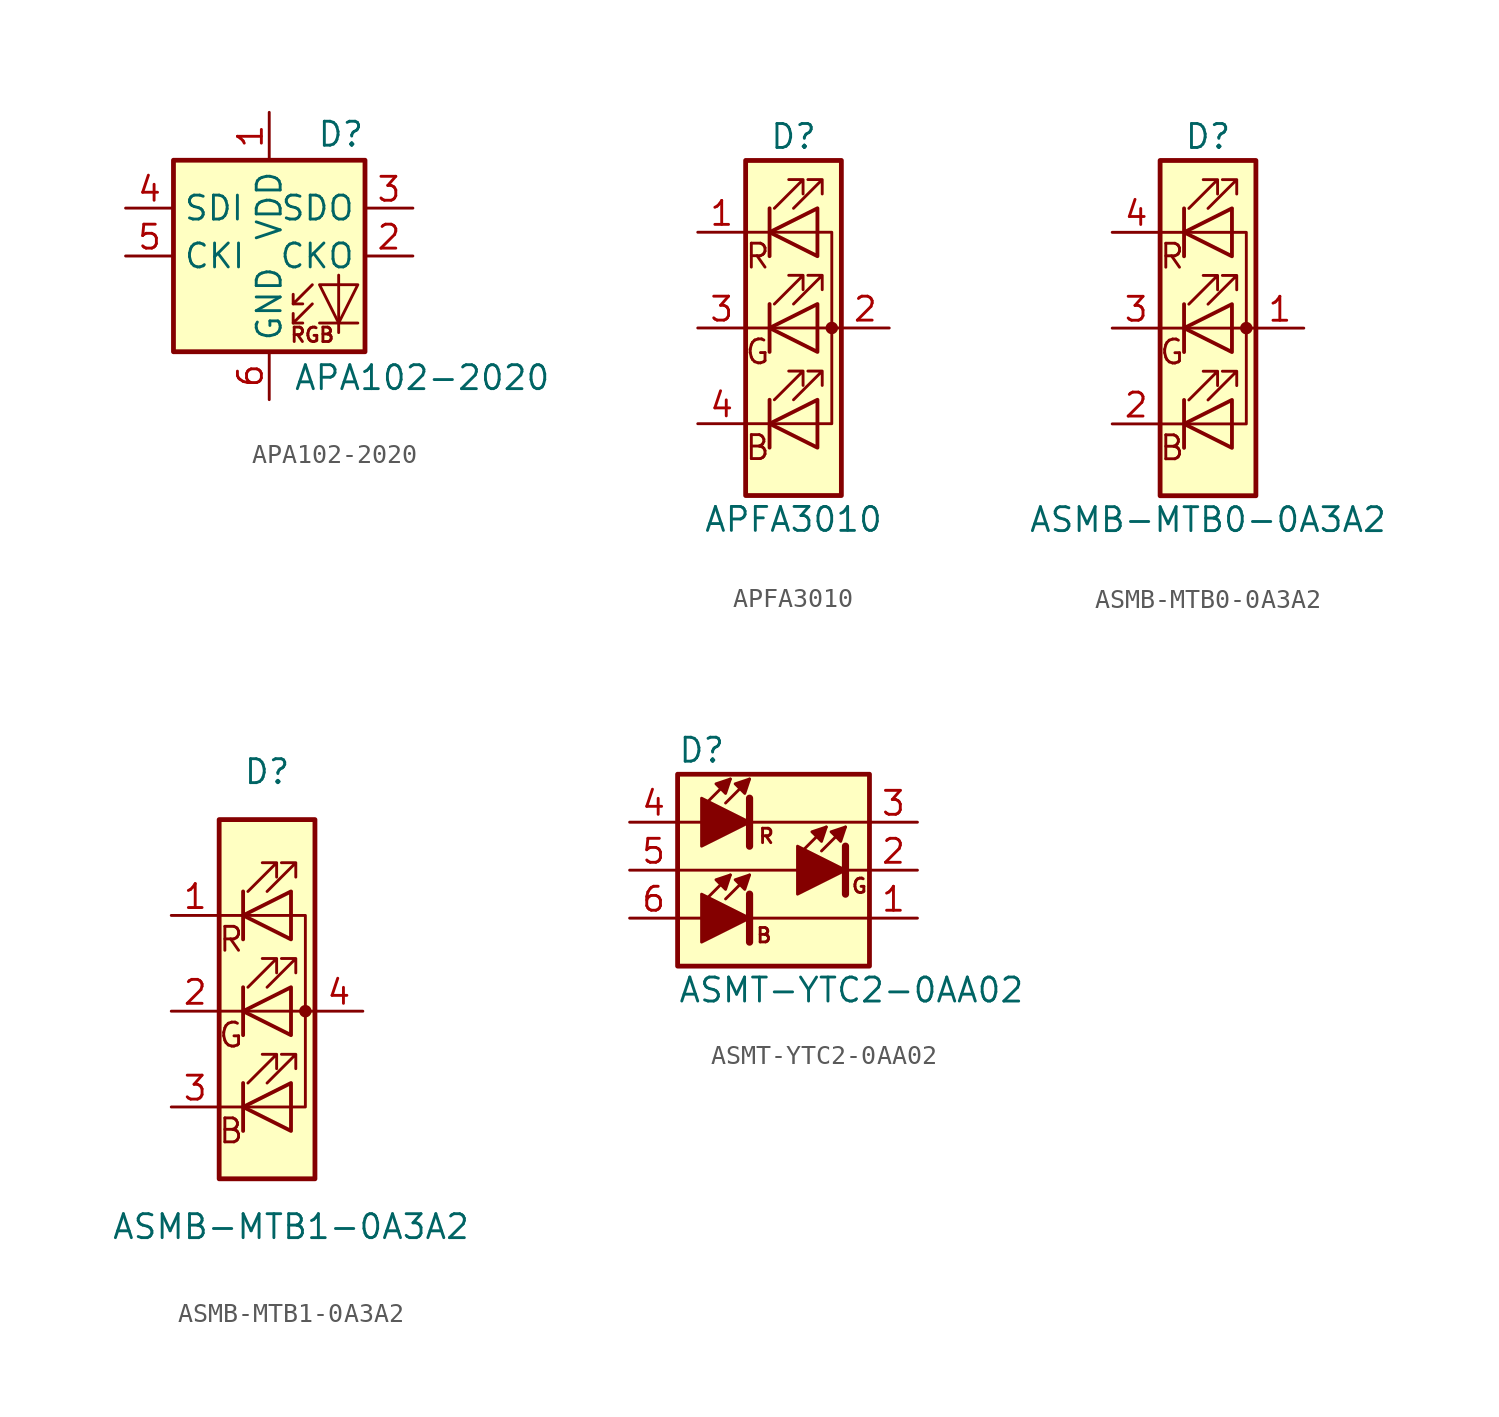
<source format=kicad_sym>
(kicad_symbol_lib
  (version 20201005)
  (generator kicad_symbol_editor)
  (symbol "APA102-2020"
    (property "Reference" "D"
      (at 5.08 5.715 0)
      (effects (font (size 1.27 1.27)) (justify right bottom)))
    (property "Value" "APA102-2020"
      (at 1.27 -5.715 0)
      (effects (font (size 1.27 1.27)) (justify left top)))
    (symbol "APA102-2020_0_0"
      (text "RGB" (at 2.286 -4.191 0) (effects (font (size 0.762 0.762)))))
    (symbol "APA102-2020_0_1"
      (rectangle (start 5.08 5.08) (end -5.08 -5.08) (stroke (width 0.254)) (fill (type background)))
      (polyline (pts (xy 1.27 -3.556) (xy 1.778 -3.556)) (stroke (width 0)) (fill (type none)))
      (polyline (pts (xy 1.27 -2.54) (xy 1.778 -2.54)) (stroke (width 0)) (fill (type none)))
      (polyline (pts (xy 4.699 -3.556) (xy 2.667 -3.556)) (stroke (width 0)) (fill (type none)))
      (polyline (pts (xy 2.286 -2.54) (xy 1.27 -3.556) (xy 1.27 -3.048)) (stroke (width 0)) (fill (type none)))
      (polyline (pts (xy 2.286 -1.524) (xy 1.27 -2.54) (xy 1.27 -2.032)) (stroke (width 0)) (fill (type none)))
      (polyline (pts (xy 3.683 -1.016) (xy 3.683 -3.556) (xy 3.683 -4.064)) (stroke (width 0)) (fill (type none)))
      (polyline (pts (xy 4.699 -1.524) (xy 2.667 -1.524) (xy 3.683 -3.556) (xy 4.699 -1.524)) (stroke (width 0)) (fill (type none))))
    (symbol "APA102-2020_1_1"
      (pin power_in line (at 0 7.62 270) (length 2.54) (name "VDD" (effects (font (size 1.27 1.27)))) (number "1" (effects (font (size 1.27 1.27)))))
      (pin output line (at 7.62 0 180) (length 2.54) (name "CKO" (effects (font (size 1.27 1.27)))) (number "2" (effects (font (size 1.27 1.27)))))
      (pin output line (at 7.62 2.54 180) (length 2.54) (name "SDO" (effects (font (size 1.27 1.27)))) (number "3" (effects (font (size 1.27 1.27)))))
      (pin input line (at -7.62 2.54 0) (length 2.54) (name "SDI" (effects (font (size 1.27 1.27)))) (number "4" (effects (font (size 1.27 1.27)))))
      (pin input line (at -7.62 0 0) (length 2.54) (name "CKI" (effects (font (size 1.27 1.27)))) (number "5" (effects (font (size 1.27 1.27)))))
      (pin power_in line (at 0 -7.62 90) (length 2.54) (name "GND" (effects (font (size 1.27 1.27)))) (number "6" (effects (font (size 1.27 1.27)))))))
  (symbol "APFA3010"
    (pin_names
      (offset 0) hide)
    (property "Reference" "D"
      (at 0 10.16 0)
      (effects (font (size 1.27 1.27))))
    (property "Value" "APFA3010"
      (at 0 -10.16 0)
      (effects (font (size 1.27 1.27))))
    (symbol "APFA3010_0_0"
      (text "B" (at -1.905 -6.35 0) (effects (font (size 1.27 1.27))))
      (text "G" (at -1.905 -1.27 0) (effects (font (size 1.27 1.27))))
      (text "R" (at -1.905 3.81 0) (effects (font (size 1.27 1.27)))))
    (symbol "APFA3010_0_1"
      (circle (center 2.032 0) (radius 0.254) (stroke (width 0)) (fill (type outline)))
      (rectangle (start -2.54 -8.89) (end 2.54 8.89) (stroke (width 0.254)) (fill (type background)))
      (rectangle (start 1.27 6.35) (end 1.27 6.35) (stroke (width 0)) (fill (type none)))
      (polyline (pts (xy -2.54 -5.08) (xy 1.27 -5.08)) (stroke (width 0)) (fill (type none)))
      (polyline (pts (xy -1.27 -3.81) (xy -1.27 -6.35)) (stroke (width 0.203)) (fill (type none)))
      (polyline (pts (xy -1.27 1.27) (xy -1.27 -1.27)) (stroke (width 0.203)) (fill (type none)))
      (polyline (pts (xy -1.27 6.35) (xy -1.27 3.81)) (stroke (width 0.203)) (fill (type none)))
      (polyline (pts (xy 1.27 5.08) (xy -2.54 5.08)) (stroke (width 0)) (fill (type none)))
      (polyline (pts (xy 2.54 0) (xy -2.54 0)) (stroke (width 0)) (fill (type none)))
      (polyline (pts (xy 1.27 -5.08) (xy 2.032 -5.08) (xy 2.032 5.08) (xy 1.27 5.08)) (stroke (width 0)) (fill (type none)))
      (polyline (pts (xy 1.27 -3.81) (xy 1.27 -6.35) (xy -1.27 -5.08) (xy 1.27 -3.81)) (stroke (width 0.203)) (fill (type none)))
      (polyline (pts (xy 1.27 1.27) (xy 1.27 -1.27) (xy -1.27 0) (xy 1.27 1.27)) (stroke (width 0.203)) (fill (type none)))
      (polyline (pts (xy 1.27 6.35) (xy 1.27 3.81) (xy -1.27 5.08) (xy 1.27 6.35)) (stroke (width 0.203)) (fill (type none)))
      (polyline (pts (xy -1.016 -3.81) (xy 0.508 -2.286) (xy -0.254 -2.286) (xy 0.508 -2.286) (xy 0.508 -3.048)) (stroke (width 0)) (fill (type none)))
      (polyline (pts (xy -1.016 1.27) (xy 0.508 2.794) (xy -0.254 2.794) (xy 0.508 2.794) (xy 0.508 2.032)) (stroke (width 0)) (fill (type none)))
      (polyline (pts (xy -1.016 6.35) (xy 0.508 7.874) (xy -0.254 7.874) (xy 0.508 7.874) (xy 0.508 7.112)) (stroke (width 0)) (fill (type none)))
      (polyline (pts (xy 0 -3.81) (xy 1.524 -2.286) (xy 0.762 -2.286) (xy 1.524 -2.286) (xy 1.524 -3.048)) (stroke (width 0)) (fill (type none)))
      (polyline (pts (xy 0 1.27) (xy 1.524 2.794) (xy 0.762 2.794) (xy 1.524 2.794) (xy 1.524 2.032)) (stroke (width 0)) (fill (type none)))
      (polyline (pts (xy 0 6.35) (xy 1.524 7.874) (xy 0.762 7.874) (xy 1.524 7.874) (xy 1.524 7.112)) (stroke (width 0)) (fill (type none))))
    (symbol "APFA3010_1_1"
      (pin input line (at -5.08 5.08 0) (length 2.54) (name "R" (effects (font (size 1.27 1.27)))) (number "1" (effects (font (size 1.27 1.27)))))
      (pin power_in line (at 5.08 0 180) (length 2.54) (name "A" (effects (font (size 1.27 1.27)))) (number "2" (effects (font (size 1.27 1.27)))))
      (pin input line (at -5.08 0 0) (length 2.54) (name "G" (effects (font (size 1.27 1.27)))) (number "3" (effects (font (size 1.27 1.27)))))
      (pin input line (at -5.08 -5.08 0) (length 2.54) (name "B" (effects (font (size 1.27 1.27)))) (number "4" (effects (font (size 1.27 1.27)))))))
  (symbol "ASMB-MTB0-0A3A2"
    (pin_names
      (offset 0) hide)
    (property "Reference" "D"
      (at 0 10.16 0)
      (effects (font (size 1.27 1.27))))
    (property "Value" "ASMB-MTB0-0A3A2"
      (at 0 -10.16 0)
      (effects (font (size 1.27 1.27))))
    (symbol "ASMB-MTB0-0A3A2_0_0"
      (text "B" (at -1.905 -6.35 0) (effects (font (size 1.27 1.27))))
      (text "G" (at -1.905 -1.27 0) (effects (font (size 1.27 1.27))))
      (text "R" (at -1.905 3.81 0) (effects (font (size 1.27 1.27)))))
    (symbol "ASMB-MTB0-0A3A2_0_1"
      (circle (center 2.032 0) (radius 0.254) (stroke (width 0)) (fill (type outline)))
      (rectangle (start -2.54 -8.89) (end 2.54 8.89) (stroke (width 0.254)) (fill (type background)))
      (rectangle (start 1.27 6.35) (end 1.27 6.35) (stroke (width 0)) (fill (type none)))
      (polyline (pts (xy -2.54 -5.08) (xy 1.27 -5.08)) (stroke (width 0)) (fill (type none)))
      (polyline (pts (xy -1.27 -3.81) (xy -1.27 -6.35)) (stroke (width 0.203)) (fill (type none)))
      (polyline (pts (xy -1.27 1.27) (xy -1.27 -1.27)) (stroke (width 0.203)) (fill (type none)))
      (polyline (pts (xy -1.27 6.35) (xy -1.27 3.81)) (stroke (width 0.203)) (fill (type none)))
      (polyline (pts (xy 1.27 5.08) (xy -2.54 5.08)) (stroke (width 0)) (fill (type none)))
      (polyline (pts (xy 2.54 0) (xy -2.54 0)) (stroke (width 0)) (fill (type none)))
      (polyline (pts (xy 1.27 -5.08) (xy 2.032 -5.08) (xy 2.032 5.08) (xy 1.27 5.08)) (stroke (width 0)) (fill (type none)))
      (polyline (pts (xy 1.27 -3.81) (xy 1.27 -6.35) (xy -1.27 -5.08) (xy 1.27 -3.81)) (stroke (width 0.203)) (fill (type none)))
      (polyline (pts (xy 1.27 1.27) (xy 1.27 -1.27) (xy -1.27 0) (xy 1.27 1.27)) (stroke (width 0.203)) (fill (type none)))
      (polyline (pts (xy 1.27 6.35) (xy 1.27 3.81) (xy -1.27 5.08) (xy 1.27 6.35)) (stroke (width 0.203)) (fill (type none)))
      (polyline (pts (xy -1.016 -3.81) (xy 0.508 -2.286) (xy -0.254 -2.286) (xy 0.508 -2.286) (xy 0.508 -3.048)) (stroke (width 0)) (fill (type none)))
      (polyline (pts (xy -1.016 1.27) (xy 0.508 2.794) (xy -0.254 2.794) (xy 0.508 2.794) (xy 0.508 2.032)) (stroke (width 0)) (fill (type none)))
      (polyline (pts (xy -1.016 6.35) (xy 0.508 7.874) (xy -0.254 7.874) (xy 0.508 7.874) (xy 0.508 7.112)) (stroke (width 0)) (fill (type none)))
      (polyline (pts (xy 0 -3.81) (xy 1.524 -2.286) (xy 0.762 -2.286) (xy 1.524 -2.286) (xy 1.524 -3.048)) (stroke (width 0)) (fill (type none)))
      (polyline (pts (xy 0 1.27) (xy 1.524 2.794) (xy 0.762 2.794) (xy 1.524 2.794) (xy 1.524 2.032)) (stroke (width 0)) (fill (type none)))
      (polyline (pts (xy 0 6.35) (xy 1.524 7.874) (xy 0.762 7.874) (xy 1.524 7.874) (xy 1.524 7.112)) (stroke (width 0)) (fill (type none))))
    (symbol "ASMB-MTB0-0A3A2_1_1"
      (pin passive line (at 5.08 0 180) (length 2.54) (name "A" (effects (font (size 1.27 1.27)))) (number "1" (effects (font (size 1.27 1.27)))))
      (pin passive line (at -5.08 -5.08 0) (length 2.54) (name "BK" (effects (font (size 1.27 1.27)))) (number "2" (effects (font (size 1.27 1.27)))))
      (pin passive line (at -5.08 0 0) (length 2.54) (name "GK" (effects (font (size 1.27 1.27)))) (number "3" (effects (font (size 1.27 1.27)))))
      (pin passive line (at -5.08 5.08 0) (length 2.54) (name "RK" (effects (font (size 1.27 1.27)))) (number "4" (effects (font (size 1.27 1.27)))))))
  (symbol "ASMB-MTB1-0A3A2"
    (pin_names
      (offset 0) hide)
    (property "Reference" "D"
      (at 0 12.7 0)
      (effects (font (size 1.27 1.27))))
    (property "Value" "ASMB-MTB1-0A3A2"
      (at 1.27 -11.43 0)
      (effects (font (size 1.27 1.27))))
    (symbol "ASMB-MTB1-0A3A2_0_0"
      (text "B" (at -1.905 -6.35 0) (effects (font (size 1.27 1.27))))
      (text "G" (at -1.905 -1.27 0) (effects (font (size 1.27 1.27))))
      (text "R" (at -1.905 3.81 0) (effects (font (size 1.27 1.27)))))
    (symbol "ASMB-MTB1-0A3A2_0_1"
      (circle (center 2.032 0) (radius 0.254) (stroke (width 0)) (fill (type outline)))
      (rectangle (start 1.27 6.35) (end 1.27 6.35) (stroke (width 0)) (fill (type none)))
      (rectangle (start 2.54 -8.89) (end -2.54 10.16) (stroke (width 0.254)) (fill (type background)))
      (polyline (pts (xy -2.54 -5.08) (xy 1.27 -5.08)) (stroke (width 0)) (fill (type none)))
      (polyline (pts (xy -1.27 -3.81) (xy -1.27 -6.35)) (stroke (width 0.203)) (fill (type none)))
      (polyline (pts (xy -1.27 1.27) (xy -1.27 -1.27)) (stroke (width 0.203)) (fill (type none)))
      (polyline (pts (xy -1.27 6.35) (xy -1.27 3.81)) (stroke (width 0.203)) (fill (type none)))
      (polyline (pts (xy 1.27 5.08) (xy -2.54 5.08)) (stroke (width 0)) (fill (type none)))
      (polyline (pts (xy 2.54 0) (xy -2.54 0)) (stroke (width 0)) (fill (type none)))
      (polyline (pts (xy 1.27 -5.08) (xy 2.032 -5.08) (xy 2.032 5.08) (xy 1.27 5.08)) (stroke (width 0)) (fill (type none)))
      (polyline (pts (xy 1.27 -3.81) (xy 1.27 -6.35) (xy -1.27 -5.08) (xy 1.27 -3.81)) (stroke (width 0.203)) (fill (type none)))
      (polyline (pts (xy 1.27 1.27) (xy 1.27 -1.27) (xy -1.27 0) (xy 1.27 1.27)) (stroke (width 0.203)) (fill (type none)))
      (polyline (pts (xy 1.27 6.35) (xy 1.27 3.81) (xy -1.27 5.08) (xy 1.27 6.35)) (stroke (width 0.203)) (fill (type none)))
      (polyline (pts (xy -1.016 -3.81) (xy 0.508 -2.286) (xy -0.254 -2.286) (xy 0.508 -2.286) (xy 0.508 -3.048)) (stroke (width 0)) (fill (type none)))
      (polyline (pts (xy -1.016 1.27) (xy 0.508 2.794) (xy -0.254 2.794) (xy 0.508 2.794) (xy 0.508 2.032)) (stroke (width 0)) (fill (type none)))
      (polyline (pts (xy -1.016 6.35) (xy 0.508 7.874) (xy -0.254 7.874) (xy 0.508 7.874) (xy 0.508 7.112)) (stroke (width 0)) (fill (type none)))
      (polyline (pts (xy 0 -3.81) (xy 1.524 -2.286) (xy 0.762 -2.286) (xy 1.524 -2.286) (xy 1.524 -3.048)) (stroke (width 0)) (fill (type none)))
      (polyline (pts (xy 0 1.27) (xy 1.524 2.794) (xy 0.762 2.794) (xy 1.524 2.794) (xy 1.524 2.032)) (stroke (width 0)) (fill (type none)))
      (polyline (pts (xy 0 6.35) (xy 1.524 7.874) (xy 0.762 7.874) (xy 1.524 7.874) (xy 1.524 7.112)) (stroke (width 0)) (fill (type none))))
    (symbol "ASMB-MTB1-0A3A2_1_1"
      (pin passive line (at -5.08 5.08 0) (length 2.54) (name "RK" (effects (font (size 1.27 1.27)))) (number "1" (effects (font (size 1.27 1.27)))))
      (pin passive line (at -5.08 0 0) (length 2.54) (name "GK" (effects (font (size 1.27 1.27)))) (number "2" (effects (font (size 1.27 1.27)))))
      (pin passive line (at -5.08 -5.08 0) (length 2.54) (name "BK" (effects (font (size 1.27 1.27)))) (number "3" (effects (font (size 1.27 1.27)))))
      (pin passive line (at 5.08 0 180) (length 2.54) (name "A" (effects (font (size 1.27 1.27)))) (number "4" (effects (font (size 1.27 1.27)))))))
  (symbol "ASMT-YTC2-0AA02"
    (pin_names hide)
    (property "Reference" "D"
      (at -5.08 6.35 0)
      (effects (font (size 1.27 1.27)) (justify left)))
    (property "Value" "ASMT-YTC2-0AA02"
      (at -5.08 -6.35 0)
      (effects (font (size 1.27 1.27)) (justify left)))
    (symbol "ASMT-YTC2-0AA02_0_0"
      (text "B" (at -0.508 -3.454 0) (effects (font (size 0.762 0.762))))
      (text "G" (at 4.547 -0.838 0) (effects (font (size 0.762 0.762))))
      (text "R" (at -0.381 1.803 0) (effects (font (size 0.762 0.762)))))
    (symbol "ASMT-YTC2-0AA02_0_1"
      (rectangle (start -5.08 5.08) (end 5.08 -5.08) (stroke (width 0.254)) (fill (type background)))
      (polyline (pts (xy -5.08 -2.54) (xy -3.81 -2.54)) (stroke (width 0)) (fill (type none)))
      (polyline (pts (xy -5.08 0) (xy 1.27 0)) (stroke (width 0)) (fill (type none)))
      (polyline (pts (xy -3.81 2.54) (xy -5.08 2.54)) (stroke (width 0)) (fill (type none)))
      (polyline (pts (xy -3.556 -1.524) (xy -2.286 -0.254)) (stroke (width 0)) (fill (type none)))
      (polyline (pts (xy -3.556 3.556) (xy -2.286 4.826)) (stroke (width 0)) (fill (type none)))
      (polyline (pts (xy -2.54 -1.524) (xy -1.27 -0.254)) (stroke (width 0)) (fill (type none)))
      (polyline (pts (xy -2.54 3.556) (xy -1.27 4.826)) (stroke (width 0)) (fill (type none)))
      (polyline (pts (xy -1.27 -2.54) (xy 5.08 -2.54)) (stroke (width 0)) (fill (type none)))
      (polyline (pts (xy -1.27 -1.27) (xy -1.27 -3.81)) (stroke (width 0.381)) (fill (type none)))
      (polyline (pts (xy -1.27 2.54) (xy 5.08 2.54)) (stroke (width 0)) (fill (type none)))
      (polyline (pts (xy -1.27 3.81) (xy -1.27 1.27)) (stroke (width 0.381)) (fill (type none)))
      (polyline (pts (xy 1.524 1.016) (xy 2.794 2.286)) (stroke (width 0)) (fill (type none)))
      (polyline (pts (xy 2.54 1.016) (xy 3.81 2.286)) (stroke (width 0)) (fill (type none)))
      (polyline (pts (xy 3.81 0) (xy 5.08 0)) (stroke (width 0)) (fill (type none)))
      (polyline (pts (xy 3.81 1.27) (xy 3.81 -1.27)) (stroke (width 0.381)) (fill (type none)))
      (polyline (pts (xy -3.81 -1.27) (xy -3.81 -3.81) (xy -1.27 -2.54) (xy -3.81 -1.27)) (stroke (width 0)) (fill (type outline)))
      (polyline (pts (xy -3.81 3.81) (xy -3.81 1.27) (xy -1.27 2.54) (xy -3.81 3.81)) (stroke (width 0)) (fill (type outline)))
      (polyline (pts (xy -2.286 -0.254) (xy -2.54 -1.016) (xy -3.048 -0.508) (xy -2.286 -0.254)) (stroke (width 0)) (fill (type outline)))
      (polyline (pts (xy -2.286 4.826) (xy -2.54 4.064) (xy -3.048 4.572) (xy -2.286 4.826)) (stroke (width 0)) (fill (type outline)))
      (polyline (pts (xy -1.27 -0.254) (xy -1.524 -1.016) (xy -2.032 -0.508) (xy -1.27 -0.254)) (stroke (width 0)) (fill (type outline)))
      (polyline (pts (xy -1.27 4.826) (xy -1.524 4.064) (xy -2.032 4.572) (xy -1.27 4.826)) (stroke (width 0)) (fill (type outline)))
      (polyline (pts (xy 1.27 1.27) (xy 1.27 -1.27) (xy 3.81 0) (xy 1.27 1.27)) (stroke (width 0)) (fill (type outline)))
      (polyline (pts (xy 2.794 2.286) (xy 2.54 1.524) (xy 2.032 2.032) (xy 2.794 2.286)) (stroke (width 0)) (fill (type outline)))
      (polyline (pts (xy 3.81 2.286) (xy 3.556 1.524) (xy 3.048 2.032) (xy 3.81 2.286)) (stroke (width 0)) (fill (type outline))))
    (symbol "ASMT-YTC2-0AA02_1_1"
      (pin passive line (at 7.62 -2.54 180) (length 2.54) (name "KB" (effects (font (size 1.27 1.27)))) (number "1" (effects (font (size 1.27 1.27)))))
      (pin passive line (at 7.62 0 180) (length 2.54) (name "KG" (effects (font (size 1.27 1.27)))) (number "2" (effects (font (size 1.27 1.27)))))
      (pin passive line (at 7.62 2.54 180) (length 2.54) (name "KR" (effects (font (size 1.27 1.27)))) (number "3" (effects (font (size 1.27 1.27)))))
      (pin passive line (at -7.62 2.54 0) (length 2.54) (name "AR" (effects (font (size 1.27 1.27)))) (number "4" (effects (font (size 1.27 1.27)))))
      (pin passive line (at -7.62 0 0) (length 2.54) (name "AG" (effects (font (size 1.27 1.27)))) (number "5" (effects (font (size 1.27 1.27)))))
      (pin passive line (at -7.62 -2.54 0) (length 2.54) (name "AB" (effects (font (size 1.27 1.27)))) (number "6" (effects (font (size 1.27 1.27))))))))
</source>
